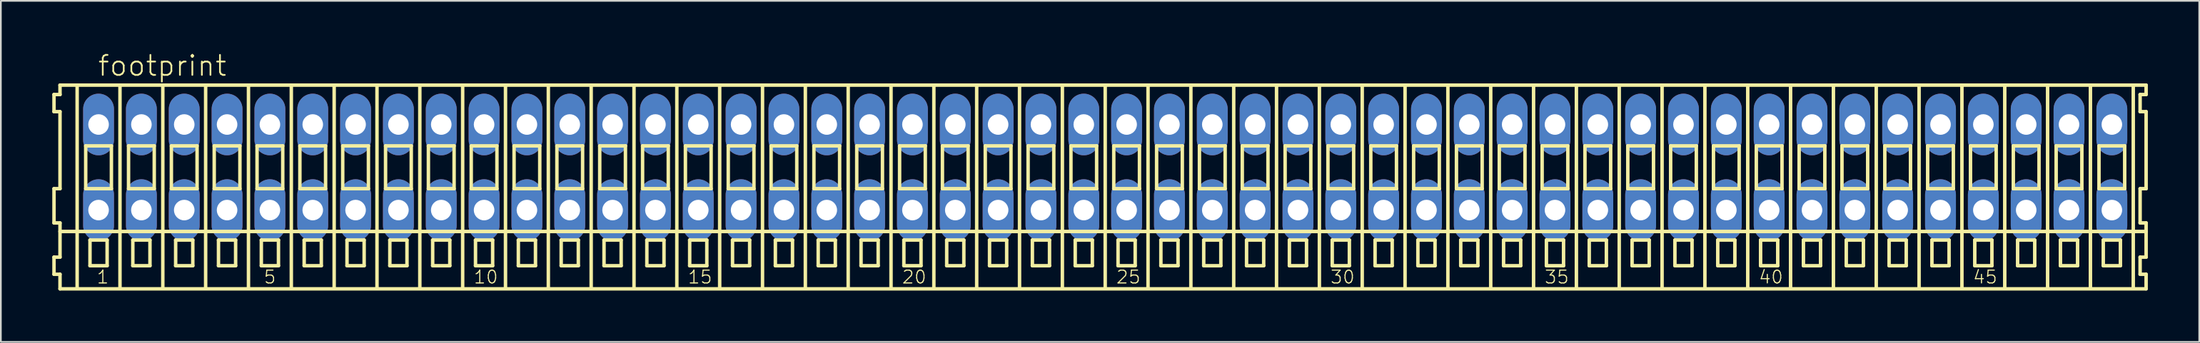
<source format=kicad_pcb>
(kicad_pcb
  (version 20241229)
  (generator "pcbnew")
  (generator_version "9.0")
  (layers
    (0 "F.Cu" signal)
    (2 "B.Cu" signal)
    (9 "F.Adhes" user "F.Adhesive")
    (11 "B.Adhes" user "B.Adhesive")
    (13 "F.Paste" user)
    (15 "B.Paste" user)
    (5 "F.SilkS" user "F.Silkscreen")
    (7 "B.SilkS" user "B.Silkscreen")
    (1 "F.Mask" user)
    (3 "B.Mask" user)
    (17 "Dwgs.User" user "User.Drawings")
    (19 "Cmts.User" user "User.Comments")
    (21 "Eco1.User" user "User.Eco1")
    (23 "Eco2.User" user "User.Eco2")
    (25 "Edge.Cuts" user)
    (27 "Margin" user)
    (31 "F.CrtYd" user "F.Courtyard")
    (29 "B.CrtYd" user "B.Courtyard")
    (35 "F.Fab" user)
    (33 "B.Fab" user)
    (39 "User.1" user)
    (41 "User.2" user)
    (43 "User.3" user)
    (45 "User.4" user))
  (footprint "footprint"
    (layer "F.Cu")
    (at 61.452 6.723)
    (property "Reference" "footprint" (at -58.85 -5.25 0) (layer "F.SilkS") (effects (font (size 1.168 1.168) (thickness 0.102)) (justify left bottom)))
    (fp_line (start -61.35 -4.25) (end -61.35 -3.25) (stroke (width 0.203) (type solid)) (layer "F.SilkS"))
    (fp_line (start -61.35 -3.25) (end -61 -3.25) (stroke (width 0.203) (type solid)) (layer "F.SilkS"))
    (fp_line (start -61.35 1.25) (end -61.35 3.25) (stroke (width 0.203) (type solid)) (layer "F.SilkS"))
    (fp_line (start -61.35 3.25) (end -61 3.25) (stroke (width 0.203) (type solid)) (layer "F.SilkS"))
    (fp_line (start -61.35 5.25) (end -61.35 6.25) (stroke (width 0.203) (type solid)) (layer "F.SilkS"))
    (fp_line (start -61.35 6.25) (end -61 6.25) (stroke (width 0.203) (type solid)) (layer "F.SilkS"))
    (fp_line (start -61 -4.8) (end -61 -4.25) (stroke (width 0.203) (type solid)) (layer "F.SilkS"))
    (fp_line (start -61 -4.25) (end -61.35 -4.25) (stroke (width 0.203) (type solid)) (layer "F.SilkS"))
    (fp_line (start -61 -3.25) (end -61 1.25) (stroke (width 0.203) (type solid)) (layer "F.SilkS"))
    (fp_line (start -61 1.25) (end -61.35 1.25) (stroke (width 0.203) (type solid)) (layer "F.SilkS"))
    (fp_line (start -61 3.25) (end -61 5.25) (stroke (width 0.203) (type solid)) (layer "F.SilkS"))
    (fp_line (start -61 3.75) (end 60.75 3.75) (stroke (width 0.203) (type solid)) (layer "F.SilkS"))
    (fp_line (start -61 5.25) (end -61.35 5.25) (stroke (width 0.203) (type solid)) (layer "F.SilkS"))
    (fp_line (start -61 6.25) (end -61 7.1) (stroke (width 0.203) (type solid)) (layer "F.SilkS"))
    (fp_line (start -61 7.1) (end 60.75 7.1) (stroke (width 0.203) (type solid)) (layer "F.SilkS"))
    (fp_line (start -60 -4.75) (end -60 7) (stroke (width 0.203) (type solid)) (layer "F.SilkS"))
    (fp_line (start -59.5 -1.25) (end -59.5 1.25) (stroke (width 0.203) (type solid)) (layer "F.SilkS"))
    (fp_line (start -59.5 1.25) (end -58 1.25) (stroke (width 0.203) (type solid)) (layer "F.SilkS"))
    (fp_line (start -59.25 4.25) (end -59.25 5.75) (stroke (width 0.203) (type solid)) (layer "F.SilkS"))
    (fp_line (start -59.25 5.75) (end -58.25 5.75) (stroke (width 0.203) (type solid)) (layer "F.SilkS"))
    (fp_line (start -58.25 4.25) (end -59.25 4.25) (stroke (width 0.203) (type solid)) (layer "F.SilkS"))
    (fp_line (start -58.25 5.75) (end -58.25 4.25) (stroke (width 0.203) (type solid)) (layer "F.SilkS"))
    (fp_line (start -58 -1.25) (end -59.5 -1.25) (stroke (width 0.203) (type solid)) (layer "F.SilkS"))
    (fp_line (start -58 1.25) (end -58 -1.25) (stroke (width 0.203) (type solid)) (layer "F.SilkS"))
    (fp_line (start -57.5 -4.75) (end -57.5 7) (stroke (width 0.203) (type solid)) (layer "F.SilkS"))
    (fp_line (start -57 -1.25) (end -57 1.25) (stroke (width 0.203) (type solid)) (layer "F.SilkS"))
    (fp_line (start -57 1.25) (end -55.5 1.25) (stroke (width 0.203) (type solid)) (layer "F.SilkS"))
    (fp_line (start -56.75 4.25) (end -56.75 5.75) (stroke (width 0.203) (type solid)) (layer "F.SilkS"))
    (fp_line (start -56.75 5.75) (end -55.75 5.75) (stroke (width 0.203) (type solid)) (layer "F.SilkS"))
    (fp_line (start -55.75 4.25) (end -56.75 4.25) (stroke (width 0.203) (type solid)) (layer "F.SilkS"))
    (fp_line (start -55.75 5.75) (end -55.75 4.25) (stroke (width 0.203) (type solid)) (layer "F.SilkS"))
    (fp_line (start -55.5 -1.25) (end -57 -1.25) (stroke (width 0.203) (type solid)) (layer "F.SilkS"))
    (fp_line (start -55.5 1.25) (end -55.5 -1.25) (stroke (width 0.203) (type solid)) (layer "F.SilkS"))
    (fp_line (start -55 -4.75) (end -55 7) (stroke (width 0.203) (type solid)) (layer "F.SilkS"))
    (fp_line (start -54.5 -1.25) (end -54.5 1.25) (stroke (width 0.203) (type solid)) (layer "F.SilkS"))
    (fp_line (start -54.5 1.25) (end -53 1.25) (stroke (width 0.203) (type solid)) (layer "F.SilkS"))
    (fp_line (start -54.25 4.25) (end -54.25 5.75) (stroke (width 0.203) (type solid)) (layer "F.SilkS"))
    (fp_line (start -54.25 5.75) (end -53.25 5.75) (stroke (width 0.203) (type solid)) (layer "F.SilkS"))
    (fp_line (start -53.25 4.25) (end -54.25 4.25) (stroke (width 0.203) (type solid)) (layer "F.SilkS"))
    (fp_line (start -53.25 5.75) (end -53.25 4.25) (stroke (width 0.203) (type solid)) (layer "F.SilkS"))
    (fp_line (start -53 -1.25) (end -54.5 -1.25) (stroke (width 0.203) (type solid)) (layer "F.SilkS"))
    (fp_line (start -53 1.25) (end -53 -1.25) (stroke (width 0.203) (type solid)) (layer "F.SilkS"))
    (fp_line (start -52.5 -4.75) (end -52.5 7) (stroke (width 0.203) (type solid)) (layer "F.SilkS"))
    (fp_line (start -52 -1.25) (end -52 1.25) (stroke (width 0.203) (type solid)) (layer "F.SilkS"))
    (fp_line (start -52 1.25) (end -50.5 1.25) (stroke (width 0.203) (type solid)) (layer "F.SilkS"))
    (fp_line (start -51.75 4.25) (end -51.75 5.75) (stroke (width 0.203) (type solid)) (layer "F.SilkS"))
    (fp_line (start -51.75 5.75) (end -50.75 5.75) (stroke (width 0.203) (type solid)) (layer "F.SilkS"))
    (fp_line (start -50.75 4.25) (end -51.75 4.25) (stroke (width 0.203) (type solid)) (layer "F.SilkS"))
    (fp_line (start -50.75 5.75) (end -50.75 4.25) (stroke (width 0.203) (type solid)) (layer "F.SilkS"))
    (fp_line (start -50.5 -1.25) (end -52 -1.25) (stroke (width 0.203) (type solid)) (layer "F.SilkS"))
    (fp_line (start -50.5 1.25) (end -50.5 -1.25) (stroke (width 0.203) (type solid)) (layer "F.SilkS"))
    (fp_line (start -50 -4.75) (end -50 7) (stroke (width 0.203) (type solid)) (layer "F.SilkS"))
    (fp_line (start -49.5 -1.25) (end -49.5 1.25) (stroke (width 0.203) (type solid)) (layer "F.SilkS"))
    (fp_line (start -49.5 1.25) (end -48 1.25) (stroke (width 0.203) (type solid)) (layer "F.SilkS"))
    (fp_line (start -49.25 4.25) (end -49.25 5.75) (stroke (width 0.203) (type solid)) (layer "F.SilkS"))
    (fp_line (start -49.25 5.75) (end -48.25 5.75) (stroke (width 0.203) (type solid)) (layer "F.SilkS"))
    (fp_line (start -48.25 4.25) (end -49.25 4.25) (stroke (width 0.203) (type solid)) (layer "F.SilkS"))
    (fp_line (start -48.25 5.75) (end -48.25 4.25) (stroke (width 0.203) (type solid)) (layer "F.SilkS"))
    (fp_line (start -48 -1.25) (end -49.5 -1.25) (stroke (width 0.203) (type solid)) (layer "F.SilkS"))
    (fp_line (start -48 1.25) (end -48 -1.25) (stroke (width 0.203) (type solid)) (layer "F.SilkS"))
    (fp_line (start -47.5 -4.75) (end -47.5 7) (stroke (width 0.203) (type solid)) (layer "F.SilkS"))
    (fp_line (start -47 -1.25) (end -47 1.25) (stroke (width 0.203) (type solid)) (layer "F.SilkS"))
    (fp_line (start -47 1.25) (end -45.5 1.25) (stroke (width 0.203) (type solid)) (layer "F.SilkS"))
    (fp_line (start -46.75 4.25) (end -46.75 5.75) (stroke (width 0.203) (type solid)) (layer "F.SilkS"))
    (fp_line (start -46.75 5.75) (end -45.75 5.75) (stroke (width 0.203) (type solid)) (layer "F.SilkS"))
    (fp_line (start -45.75 4.25) (end -46.75 4.25) (stroke (width 0.203) (type solid)) (layer "F.SilkS"))
    (fp_line (start -45.75 5.75) (end -45.75 4.25) (stroke (width 0.203) (type solid)) (layer "F.SilkS"))
    (fp_line (start -45.5 -1.25) (end -47 -1.25) (stroke (width 0.203) (type solid)) (layer "F.SilkS"))
    (fp_line (start -45.5 1.25) (end -45.5 -1.25) (stroke (width 0.203) (type solid)) (layer "F.SilkS"))
    (fp_line (start -45 -4.75) (end -45 7) (stroke (width 0.203) (type solid)) (layer "F.SilkS"))
    (fp_line (start -44.5 -1.25) (end -44.5 1.25) (stroke (width 0.203) (type solid)) (layer "F.SilkS"))
    (fp_line (start -44.5 1.25) (end -43 1.25) (stroke (width 0.203) (type solid)) (layer "F.SilkS"))
    (fp_line (start -44.25 4.25) (end -44.25 5.75) (stroke (width 0.203) (type solid)) (layer "F.SilkS"))
    (fp_line (start -44.25 5.75) (end -43.25 5.75) (stroke (width 0.203) (type solid)) (layer "F.SilkS"))
    (fp_line (start -43.25 4.25) (end -44.25 4.25) (stroke (width 0.203) (type solid)) (layer "F.SilkS"))
    (fp_line (start -43.25 5.75) (end -43.25 4.25) (stroke (width 0.203) (type solid)) (layer "F.SilkS"))
    (fp_line (start -43 -1.25) (end -44.5 -1.25) (stroke (width 0.203) (type solid)) (layer "F.SilkS"))
    (fp_line (start -43 1.25) (end -43 -1.25) (stroke (width 0.203) (type solid)) (layer "F.SilkS"))
    (fp_line (start -42.5 -4.75) (end -42.5 7) (stroke (width 0.203) (type solid)) (layer "F.SilkS"))
    (fp_line (start -42 -1.25) (end -42 1.25) (stroke (width 0.203) (type solid)) (layer "F.SilkS"))
    (fp_line (start -42 1.25) (end -40.5 1.25) (stroke (width 0.203) (type solid)) (layer "F.SilkS"))
    (fp_line (start -41.75 4.25) (end -41.75 5.75) (stroke (width 0.203) (type solid)) (layer "F.SilkS"))
    (fp_line (start -41.75 5.75) (end -40.75 5.75) (stroke (width 0.203) (type solid)) (layer "F.SilkS"))
    (fp_line (start -40.75 4.25) (end -41.75 4.25) (stroke (width 0.203) (type solid)) (layer "F.SilkS"))
    (fp_line (start -40.75 5.75) (end -40.75 4.25) (stroke (width 0.203) (type solid)) (layer "F.SilkS"))
    (fp_line (start -40.5 -1.25) (end -42 -1.25) (stroke (width 0.203) (type solid)) (layer "F.SilkS"))
    (fp_line (start -40.5 1.25) (end -40.5 -1.25) (stroke (width 0.203) (type solid)) (layer "F.SilkS"))
    (fp_line (start -40 -4.75) (end -40 7) (stroke (width 0.203) (type solid)) (layer "F.SilkS"))
    (fp_line (start -39.5 -1.25) (end -39.5 1.25) (stroke (width 0.203) (type solid)) (layer "F.SilkS"))
    (fp_line (start -39.5 1.25) (end -38 1.25) (stroke (width 0.203) (type solid)) (layer "F.SilkS"))
    (fp_line (start -39.25 4.25) (end -39.25 5.75) (stroke (width 0.203) (type solid)) (layer "F.SilkS"))
    (fp_line (start -39.25 5.75) (end -38.25 5.75) (stroke (width 0.203) (type solid)) (layer "F.SilkS"))
    (fp_line (start -38.25 4.25) (end -39.25 4.25) (stroke (width 0.203) (type solid)) (layer "F.SilkS"))
    (fp_line (start -38.25 5.75) (end -38.25 4.25) (stroke (width 0.203) (type solid)) (layer "F.SilkS"))
    (fp_line (start -38 -1.25) (end -39.5 -1.25) (stroke (width 0.203) (type solid)) (layer "F.SilkS"))
    (fp_line (start -38 1.25) (end -38 -1.25) (stroke (width 0.203) (type solid)) (layer "F.SilkS"))
    (fp_line (start -37.5 -4.75) (end -37.5 7) (stroke (width 0.203) (type solid)) (layer "F.SilkS"))
    (fp_line (start -37 -1.25) (end -37 1.25) (stroke (width 0.203) (type solid)) (layer "F.SilkS"))
    (fp_line (start -37 1.25) (end -35.5 1.25) (stroke (width 0.203) (type solid)) (layer "F.SilkS"))
    (fp_line (start -36.75 4.25) (end -36.75 5.75) (stroke (width 0.203) (type solid)) (layer "F.SilkS"))
    (fp_line (start -36.75 5.75) (end -35.75 5.75) (stroke (width 0.203) (type solid)) (layer "F.SilkS"))
    (fp_line (start -35.75 4.25) (end -36.75 4.25) (stroke (width 0.203) (type solid)) (layer "F.SilkS"))
    (fp_line (start -35.75 5.75) (end -35.75 4.25) (stroke (width 0.203) (type solid)) (layer "F.SilkS"))
    (fp_line (start -35.5 -1.25) (end -37 -1.25) (stroke (width 0.203) (type solid)) (layer "F.SilkS"))
    (fp_line (start -35.5 1.25) (end -35.5 -1.25) (stroke (width 0.203) (type solid)) (layer "F.SilkS"))
    (fp_line (start -35 -4.75) (end -35 7) (stroke (width 0.203) (type solid)) (layer "F.SilkS"))
    (fp_line (start -34.5 -1.25) (end -34.5 1.25) (stroke (width 0.203) (type solid)) (layer "F.SilkS"))
    (fp_line (start -34.5 1.25) (end -33 1.25) (stroke (width 0.203) (type solid)) (layer "F.SilkS"))
    (fp_line (start -34.25 4.25) (end -34.25 5.75) (stroke (width 0.203) (type solid)) (layer "F.SilkS"))
    (fp_line (start -34.25 5.75) (end -33.25 5.75) (stroke (width 0.203) (type solid)) (layer "F.SilkS"))
    (fp_line (start -33.25 4.25) (end -34.25 4.25) (stroke (width 0.203) (type solid)) (layer "F.SilkS"))
    (fp_line (start -33.25 5.75) (end -33.25 4.25) (stroke (width 0.203) (type solid)) (layer "F.SilkS"))
    (fp_line (start -33 -1.25) (end -34.5 -1.25) (stroke (width 0.203) (type solid)) (layer "F.SilkS"))
    (fp_line (start -33 1.25) (end -33 -1.25) (stroke (width 0.203) (type solid)) (layer "F.SilkS"))
    (fp_line (start -32.5 -4.75) (end -32.5 7) (stroke (width 0.203) (type solid)) (layer "F.SilkS"))
    (fp_line (start -32 -1.25) (end -32 1.25) (stroke (width 0.203) (type solid)) (layer "F.SilkS"))
    (fp_line (start -32 1.25) (end -30.5 1.25) (stroke (width 0.203) (type solid)) (layer "F.SilkS"))
    (fp_line (start -31.75 4.25) (end -31.75 5.75) (stroke (width 0.203) (type solid)) (layer "F.SilkS"))
    (fp_line (start -31.75 5.75) (end -30.75 5.75) (stroke (width 0.203) (type solid)) (layer "F.SilkS"))
    (fp_line (start -30.75 4.25) (end -31.75 4.25) (stroke (width 0.203) (type solid)) (layer "F.SilkS"))
    (fp_line (start -30.75 5.75) (end -30.75 4.25) (stroke (width 0.203) (type solid)) (layer "F.SilkS"))
    (fp_line (start -30.5 -1.25) (end -32 -1.25) (stroke (width 0.203) (type solid)) (layer "F.SilkS"))
    (fp_line (start -30.5 1.25) (end -30.5 -1.25) (stroke (width 0.203) (type solid)) (layer "F.SilkS"))
    (fp_line (start -30 -4.75) (end -30 7) (stroke (width 0.203) (type solid)) (layer "F.SilkS"))
    (fp_line (start -29.5 -1.25) (end -29.5 1.25) (stroke (width 0.203) (type solid)) (layer "F.SilkS"))
    (fp_line (start -29.5 1.25) (end -28 1.25) (stroke (width 0.203) (type solid)) (layer "F.SilkS"))
    (fp_line (start -29.25 4.25) (end -29.25 5.75) (stroke (width 0.203) (type solid)) (layer "F.SilkS"))
    (fp_line (start -29.25 5.75) (end -28.25 5.75) (stroke (width 0.203) (type solid)) (layer "F.SilkS"))
    (fp_line (start -28.25 4.25) (end -29.25 4.25) (stroke (width 0.203) (type solid)) (layer "F.SilkS"))
    (fp_line (start -28.25 5.75) (end -28.25 4.25) (stroke (width 0.203) (type solid)) (layer "F.SilkS"))
    (fp_line (start -28 -1.25) (end -29.5 -1.25) (stroke (width 0.203) (type solid)) (layer "F.SilkS"))
    (fp_line (start -28 1.25) (end -28 -1.25) (stroke (width 0.203) (type solid)) (layer "F.SilkS"))
    (fp_line (start -27.5 -4.75) (end -27.5 7) (stroke (width 0.203) (type solid)) (layer "F.SilkS"))
    (fp_line (start -27 -1.25) (end -27 1.25) (stroke (width 0.203) (type solid)) (layer "F.SilkS"))
    (fp_line (start -27 1.25) (end -25.5 1.25) (stroke (width 0.203) (type solid)) (layer "F.SilkS"))
    (fp_line (start -26.75 4.25) (end -26.75 5.75) (stroke (width 0.203) (type solid)) (layer "F.SilkS"))
    (fp_line (start -26.75 5.75) (end -25.75 5.75) (stroke (width 0.203) (type solid)) (layer "F.SilkS"))
    (fp_line (start -25.75 4.25) (end -26.75 4.25) (stroke (width 0.203) (type solid)) (layer "F.SilkS"))
    (fp_line (start -25.75 5.75) (end -25.75 4.25) (stroke (width 0.203) (type solid)) (layer "F.SilkS"))
    (fp_line (start -25.5 -1.25) (end -27 -1.25) (stroke (width 0.203) (type solid)) (layer "F.SilkS"))
    (fp_line (start -25.5 1.25) (end -25.5 -1.25) (stroke (width 0.203) (type solid)) (layer "F.SilkS"))
    (fp_line (start -25 -4.75) (end -25 7) (stroke (width 0.203) (type solid)) (layer "F.SilkS"))
    (fp_line (start -24.5 -1.25) (end -24.5 1.25) (stroke (width 0.203) (type solid)) (layer "F.SilkS"))
    (fp_line (start -24.5 1.25) (end -23 1.25) (stroke (width 0.203) (type solid)) (layer "F.SilkS"))
    (fp_line (start -24.25 4.25) (end -24.25 5.75) (stroke (width 0.203) (type solid)) (layer "F.SilkS"))
    (fp_line (start -24.25 5.75) (end -23.25 5.75) (stroke (width 0.203) (type solid)) (layer "F.SilkS"))
    (fp_line (start -23.25 4.25) (end -24.25 4.25) (stroke (width 0.203) (type solid)) (layer "F.SilkS"))
    (fp_line (start -23.25 5.75) (end -23.25 4.25) (stroke (width 0.203) (type solid)) (layer "F.SilkS"))
    (fp_line (start -23 -1.25) (end -24.5 -1.25) (stroke (width 0.203) (type solid)) (layer "F.SilkS"))
    (fp_line (start -23 1.25) (end -23 -1.25) (stroke (width 0.203) (type solid)) (layer "F.SilkS"))
    (fp_line (start -22.5 -4.75) (end -22.5 7) (stroke (width 0.203) (type solid)) (layer "F.SilkS"))
    (fp_line (start -22 -1.25) (end -22 1.25) (stroke (width 0.203) (type solid)) (layer "F.SilkS"))
    (fp_line (start -22 1.25) (end -20.5 1.25) (stroke (width 0.203) (type solid)) (layer "F.SilkS"))
    (fp_line (start -21.75 4.25) (end -21.75 5.75) (stroke (width 0.203) (type solid)) (layer "F.SilkS"))
    (fp_line (start -21.75 5.75) (end -20.75 5.75) (stroke (width 0.203) (type solid)) (layer "F.SilkS"))
    (fp_line (start -20.75 4.25) (end -21.75 4.25) (stroke (width 0.203) (type solid)) (layer "F.SilkS"))
    (fp_line (start -20.75 5.75) (end -20.75 4.25) (stroke (width 0.203) (type solid)) (layer "F.SilkS"))
    (fp_line (start -20.5 -1.25) (end -22 -1.25) (stroke (width 0.203) (type solid)) (layer "F.SilkS"))
    (fp_line (start -20.5 1.25) (end -20.5 -1.25) (stroke (width 0.203) (type solid)) (layer "F.SilkS"))
    (fp_line (start -20 -4.75) (end -20 7) (stroke (width 0.203) (type solid)) (layer "F.SilkS"))
    (fp_line (start -19.5 -1.25) (end -19.5 1.25) (stroke (width 0.203) (type solid)) (layer "F.SilkS"))
    (fp_line (start -19.5 1.25) (end -18 1.25) (stroke (width 0.203) (type solid)) (layer "F.SilkS"))
    (fp_line (start -19.25 4.25) (end -19.25 5.75) (stroke (width 0.203) (type solid)) (layer "F.SilkS"))
    (fp_line (start -19.25 5.75) (end -18.25 5.75) (stroke (width 0.203) (type solid)) (layer "F.SilkS"))
    (fp_line (start -18.25 4.25) (end -19.25 4.25) (stroke (width 0.203) (type solid)) (layer "F.SilkS"))
    (fp_line (start -18.25 5.75) (end -18.25 4.25) (stroke (width 0.203) (type solid)) (layer "F.SilkS"))
    (fp_line (start -18 -1.25) (end -19.5 -1.25) (stroke (width 0.203) (type solid)) (layer "F.SilkS"))
    (fp_line (start -18 1.25) (end -18 -1.25) (stroke (width 0.203) (type solid)) (layer "F.SilkS"))
    (fp_line (start -17.5 -4.75) (end -17.5 7) (stroke (width 0.203) (type solid)) (layer "F.SilkS"))
    (fp_line (start -17 -1.25) (end -17 1.25) (stroke (width 0.203) (type solid)) (layer "F.SilkS"))
    (fp_line (start -17 1.25) (end -15.5 1.25) (stroke (width 0.203) (type solid)) (layer "F.SilkS"))
    (fp_line (start -16.75 4.25) (end -16.75 5.75) (stroke (width 0.203) (type solid)) (layer "F.SilkS"))
    (fp_line (start -16.75 5.75) (end -15.75 5.75) (stroke (width 0.203) (type solid)) (layer "F.SilkS"))
    (fp_line (start -15.75 4.25) (end -16.75 4.25) (stroke (width 0.203) (type solid)) (layer "F.SilkS"))
    (fp_line (start -15.75 5.75) (end -15.75 4.25) (stroke (width 0.203) (type solid)) (layer "F.SilkS"))
    (fp_line (start -15.5 -1.25) (end -17 -1.25) (stroke (width 0.203) (type solid)) (layer "F.SilkS"))
    (fp_line (start -15.5 1.25) (end -15.5 -1.25) (stroke (width 0.203) (type solid)) (layer "F.SilkS"))
    (fp_line (start -15 -4.75) (end -15 7) (stroke (width 0.203) (type solid)) (layer "F.SilkS"))
    (fp_line (start -14.5 -1.25) (end -14.5 1.25) (stroke (width 0.203) (type solid)) (layer "F.SilkS"))
    (fp_line (start -14.5 1.25) (end -13 1.25) (stroke (width 0.203) (type solid)) (layer "F.SilkS"))
    (fp_line (start -14.25 4.25) (end -14.25 5.75) (stroke (width 0.203) (type solid)) (layer "F.SilkS"))
    (fp_line (start -14.25 5.75) (end -13.25 5.75) (stroke (width 0.203) (type solid)) (layer "F.SilkS"))
    (fp_line (start -13.25 4.25) (end -14.25 4.25) (stroke (width 0.203) (type solid)) (layer "F.SilkS"))
    (fp_line (start -13.25 5.75) (end -13.25 4.25) (stroke (width 0.203) (type solid)) (layer "F.SilkS"))
    (fp_line (start -13 -1.25) (end -14.5 -1.25) (stroke (width 0.203) (type solid)) (layer "F.SilkS"))
    (fp_line (start -13 1.25) (end -13 -1.25) (stroke (width 0.203) (type solid)) (layer "F.SilkS"))
    (fp_line (start -12.5 -4.75) (end -12.5 7) (stroke (width 0.203) (type solid)) (layer "F.SilkS"))
    (fp_line (start -12 -1.25) (end -12 1.25) (stroke (width 0.203) (type solid)) (layer "F.SilkS"))
    (fp_line (start -12 1.25) (end -10.5 1.25) (stroke (width 0.203) (type solid)) (layer "F.SilkS"))
    (fp_line (start -11.75 4.25) (end -11.75 5.75) (stroke (width 0.203) (type solid)) (layer "F.SilkS"))
    (fp_line (start -11.75 5.75) (end -10.75 5.75) (stroke (width 0.203) (type solid)) (layer "F.SilkS"))
    (fp_line (start -10.75 4.25) (end -11.75 4.25) (stroke (width 0.203) (type solid)) (layer "F.SilkS"))
    (fp_line (start -10.75 5.75) (end -10.75 4.25) (stroke (width 0.203) (type solid)) (layer "F.SilkS"))
    (fp_line (start -10.5 -1.25) (end -12 -1.25) (stroke (width 0.203) (type solid)) (layer "F.SilkS"))
    (fp_line (start -10.5 1.25) (end -10.5 -1.25) (stroke (width 0.203) (type solid)) (layer "F.SilkS"))
    (fp_line (start -10 -4.75) (end -10 7) (stroke (width 0.203) (type solid)) (layer "F.SilkS"))
    (fp_line (start -9.5 -1.25) (end -9.5 1.25) (stroke (width 0.203) (type solid)) (layer "F.SilkS"))
    (fp_line (start -9.5 1.25) (end -8 1.25) (stroke (width 0.203) (type solid)) (layer "F.SilkS"))
    (fp_line (start -9.25 4.25) (end -9.25 5.75) (stroke (width 0.203) (type solid)) (layer "F.SilkS"))
    (fp_line (start -9.25 5.75) (end -8.25 5.75) (stroke (width 0.203) (type solid)) (layer "F.SilkS"))
    (fp_line (start -8.25 4.25) (end -9.25 4.25) (stroke (width 0.203) (type solid)) (layer "F.SilkS"))
    (fp_line (start -8.25 5.75) (end -8.25 4.25) (stroke (width 0.203) (type solid)) (layer "F.SilkS"))
    (fp_line (start -8 -1.25) (end -9.5 -1.25) (stroke (width 0.203) (type solid)) (layer "F.SilkS"))
    (fp_line (start -8 1.25) (end -8 -1.25) (stroke (width 0.203) (type solid)) (layer "F.SilkS"))
    (fp_line (start -7.5 -4.75) (end -7.5 7) (stroke (width 0.203) (type solid)) (layer "F.SilkS"))
    (fp_line (start -7 -1.25) (end -7 1.25) (stroke (width 0.203) (type solid)) (layer "F.SilkS"))
    (fp_line (start -7 1.25) (end -5.5 1.25) (stroke (width 0.203) (type solid)) (layer "F.SilkS"))
    (fp_line (start -6.75 4.25) (end -6.75 5.75) (stroke (width 0.203) (type solid)) (layer "F.SilkS"))
    (fp_line (start -6.75 5.75) (end -5.75 5.75) (stroke (width 0.203) (type solid)) (layer "F.SilkS"))
    (fp_line (start -5.75 4.25) (end -6.75 4.25) (stroke (width 0.203) (type solid)) (layer "F.SilkS"))
    (fp_line (start -5.75 5.75) (end -5.75 4.25) (stroke (width 0.203) (type solid)) (layer "F.SilkS"))
    (fp_line (start -5.5 -1.25) (end -7 -1.25) (stroke (width 0.203) (type solid)) (layer "F.SilkS"))
    (fp_line (start -5.5 1.25) (end -5.5 -1.25) (stroke (width 0.203) (type solid)) (layer "F.SilkS"))
    (fp_line (start -5 -4.75) (end -5 7) (stroke (width 0.203) (type solid)) (layer "F.SilkS"))
    (fp_line (start -4.5 -1.25) (end -4.5 1.25) (stroke (width 0.203) (type solid)) (layer "F.SilkS"))
    (fp_line (start -4.5 1.25) (end -3 1.25) (stroke (width 0.203) (type solid)) (layer "F.SilkS"))
    (fp_line (start -4.25 4.25) (end -4.25 5.75) (stroke (width 0.203) (type solid)) (layer "F.SilkS"))
    (fp_line (start -4.25 5.75) (end -3.25 5.75) (stroke (width 0.203) (type solid)) (layer "F.SilkS"))
    (fp_line (start -3.25 4.25) (end -4.25 4.25) (stroke (width 0.203) (type solid)) (layer "F.SilkS"))
    (fp_line (start -3.25 5.75) (end -3.25 4.25) (stroke (width 0.203) (type solid)) (layer "F.SilkS"))
    (fp_line (start -3 -1.25) (end -4.5 -1.25) (stroke (width 0.203) (type solid)) (layer "F.SilkS"))
    (fp_line (start -3 1.25) (end -3 -1.25) (stroke (width 0.203) (type solid)) (layer "F.SilkS"))
    (fp_line (start -2.5 -4.75) (end -2.5 7) (stroke (width 0.203) (type solid)) (layer "F.SilkS"))
    (fp_line (start -2 -1.25) (end -2 1.25) (stroke (width 0.203) (type solid)) (layer "F.SilkS"))
    (fp_line (start -2 1.25) (end -0.5 1.25) (stroke (width 0.203) (type solid)) (layer "F.SilkS"))
    (fp_line (start -1.75 4.25) (end -1.75 5.75) (stroke (width 0.203) (type solid)) (layer "F.SilkS"))
    (fp_line (start -1.75 5.75) (end -0.75 5.75) (stroke (width 0.203) (type solid)) (layer "F.SilkS"))
    (fp_line (start -0.75 4.25) (end -1.75 4.25) (stroke (width 0.203) (type solid)) (layer "F.SilkS"))
    (fp_line (start -0.75 5.75) (end -0.75 4.25) (stroke (width 0.203) (type solid)) (layer "F.SilkS"))
    (fp_line (start -0.5 -1.25) (end -2 -1.25) (stroke (width 0.203) (type solid)) (layer "F.SilkS"))
    (fp_line (start -0.5 1.25) (end -0.5 -1.25) (stroke (width 0.203) (type solid)) (layer "F.SilkS"))
    (fp_line (start 0 -4.75) (end 0 7) (stroke (width 0.203) (type solid)) (layer "F.SilkS"))
    (fp_line (start 0.5 -1.25) (end 0.5 1.25) (stroke (width 0.203) (type solid)) (layer "F.SilkS"))
    (fp_line (start 0.5 1.25) (end 2 1.25) (stroke (width 0.203) (type solid)) (layer "F.SilkS"))
    (fp_line (start 0.75 4.25) (end 0.75 5.75) (stroke (width 0.203) (type solid)) (layer "F.SilkS"))
    (fp_line (start 0.75 5.75) (end 1.75 5.75) (stroke (width 0.203) (type solid)) (layer "F.SilkS"))
    (fp_line (start 1.75 4.25) (end 0.75 4.25) (stroke (width 0.203) (type solid)) (layer "F.SilkS"))
    (fp_line (start 1.75 5.75) (end 1.75 4.25) (stroke (width 0.203) (type solid)) (layer "F.SilkS"))
    (fp_line (start 2 -1.25) (end 0.5 -1.25) (stroke (width 0.203) (type solid)) (layer "F.SilkS"))
    (fp_line (start 2 1.25) (end 2 -1.25) (stroke (width 0.203) (type solid)) (layer "F.SilkS"))
    (fp_line (start 2.5 -4.75) (end 2.5 7) (stroke (width 0.203) (type solid)) (layer "F.SilkS"))
    (fp_line (start 3 -1.25) (end 3 1.25) (stroke (width 0.203) (type solid)) (layer "F.SilkS"))
    (fp_line (start 3 1.25) (end 4.5 1.25) (stroke (width 0.203) (type solid)) (layer "F.SilkS"))
    (fp_line (start 3.25 4.25) (end 3.25 5.75) (stroke (width 0.203) (type solid)) (layer "F.SilkS"))
    (fp_line (start 3.25 5.75) (end 4.25 5.75) (stroke (width 0.203) (type solid)) (layer "F.SilkS"))
    (fp_line (start 4.25 4.25) (end 3.25 4.25) (stroke (width 0.203) (type solid)) (layer "F.SilkS"))
    (fp_line (start 4.25 5.75) (end 4.25 4.25) (stroke (width 0.203) (type solid)) (layer "F.SilkS"))
    (fp_line (start 4.5 -1.25) (end 3 -1.25) (stroke (width 0.203) (type solid)) (layer "F.SilkS"))
    (fp_line (start 4.5 1.25) (end 4.5 -1.25) (stroke (width 0.203) (type solid)) (layer "F.SilkS"))
    (fp_line (start 5 -4.75) (end 5 7) (stroke (width 0.203) (type solid)) (layer "F.SilkS"))
    (fp_line (start 5.5 -1.25) (end 5.5 1.25) (stroke (width 0.203) (type solid)) (layer "F.SilkS"))
    (fp_line (start 5.5 1.25) (end 7 1.25) (stroke (width 0.203) (type solid)) (layer "F.SilkS"))
    (fp_line (start 5.75 4.25) (end 5.75 5.75) (stroke (width 0.203) (type solid)) (layer "F.SilkS"))
    (fp_line (start 5.75 5.75) (end 6.75 5.75) (stroke (width 0.203) (type solid)) (layer "F.SilkS"))
    (fp_line (start 6.75 4.25) (end 5.75 4.25) (stroke (width 0.203) (type solid)) (layer "F.SilkS"))
    (fp_line (start 6.75 5.75) (end 6.75 4.25) (stroke (width 0.203) (type solid)) (layer "F.SilkS"))
    (fp_line (start 7 -1.25) (end 5.5 -1.25) (stroke (width 0.203) (type solid)) (layer "F.SilkS"))
    (fp_line (start 7 1.25) (end 7 -1.25) (stroke (width 0.203) (type solid)) (layer "F.SilkS"))
    (fp_line (start 7.5 -4.75) (end 7.5 7) (stroke (width 0.203) (type solid)) (layer "F.SilkS"))
    (fp_line (start 8 -1.25) (end 8 1.25) (stroke (width 0.203) (type solid)) (layer "F.SilkS"))
    (fp_line (start 8 1.25) (end 9.5 1.25) (stroke (width 0.203) (type solid)) (layer "F.SilkS"))
    (fp_line (start 8.25 4.25) (end 8.25 5.75) (stroke (width 0.203) (type solid)) (layer "F.SilkS"))
    (fp_line (start 8.25 5.75) (end 9.25 5.75) (stroke (width 0.203) (type solid)) (layer "F.SilkS"))
    (fp_line (start 9.25 4.25) (end 8.25 4.25) (stroke (width 0.203) (type solid)) (layer "F.SilkS"))
    (fp_line (start 9.25 5.75) (end 9.25 4.25) (stroke (width 0.203) (type solid)) (layer "F.SilkS"))
    (fp_line (start 9.5 -1.25) (end 8 -1.25) (stroke (width 0.203) (type solid)) (layer "F.SilkS"))
    (fp_line (start 9.5 1.25) (end 9.5 -1.25) (stroke (width 0.203) (type solid)) (layer "F.SilkS"))
    (fp_line (start 10 -4.75) (end 10 7) (stroke (width 0.203) (type solid)) (layer "F.SilkS"))
    (fp_line (start 10.5 -1.25) (end 10.5 1.25) (stroke (width 0.203) (type solid)) (layer "F.SilkS"))
    (fp_line (start 10.5 1.25) (end 12 1.25) (stroke (width 0.203) (type solid)) (layer "F.SilkS"))
    (fp_line (start 10.75 4.25) (end 10.75 5.75) (stroke (width 0.203) (type solid)) (layer "F.SilkS"))
    (fp_line (start 10.75 5.75) (end 11.75 5.75) (stroke (width 0.203) (type solid)) (layer "F.SilkS"))
    (fp_line (start 11.75 4.25) (end 10.75 4.25) (stroke (width 0.203) (type solid)) (layer "F.SilkS"))
    (fp_line (start 11.75 5.75) (end 11.75 4.25) (stroke (width 0.203) (type solid)) (layer "F.SilkS"))
    (fp_line (start 12 -1.25) (end 10.5 -1.25) (stroke (width 0.203) (type solid)) (layer "F.SilkS"))
    (fp_line (start 12 1.25) (end 12 -1.25) (stroke (width 0.203) (type solid)) (layer "F.SilkS"))
    (fp_line (start 12.5 -4.75) (end 12.5 7) (stroke (width 0.203) (type solid)) (layer "F.SilkS"))
    (fp_line (start 13 -1.25) (end 13 1.25) (stroke (width 0.203) (type solid)) (layer "F.SilkS"))
    (fp_line (start 13 1.25) (end 14.5 1.25) (stroke (width 0.203) (type solid)) (layer "F.SilkS"))
    (fp_line (start 13.25 4.25) (end 13.25 5.75) (stroke (width 0.203) (type solid)) (layer "F.SilkS"))
    (fp_line (start 13.25 5.75) (end 14.25 5.75) (stroke (width 0.203) (type solid)) (layer "F.SilkS"))
    (fp_line (start 14.25 4.25) (end 13.25 4.25) (stroke (width 0.203) (type solid)) (layer "F.SilkS"))
    (fp_line (start 14.25 5.75) (end 14.25 4.25) (stroke (width 0.203) (type solid)) (layer "F.SilkS"))
    (fp_line (start 14.5 -1.25) (end 13 -1.25) (stroke (width 0.203) (type solid)) (layer "F.SilkS"))
    (fp_line (start 14.5 1.25) (end 14.5 -1.25) (stroke (width 0.203) (type solid)) (layer "F.SilkS"))
    (fp_line (start 15 -4.75) (end 15 7) (stroke (width 0.203) (type solid)) (layer "F.SilkS"))
    (fp_line (start 15.5 -1.25) (end 15.5 1.25) (stroke (width 0.203) (type solid)) (layer "F.SilkS"))
    (fp_line (start 15.5 1.25) (end 17 1.25) (stroke (width 0.203) (type solid)) (layer "F.SilkS"))
    (fp_line (start 15.75 4.25) (end 15.75 5.75) (stroke (width 0.203) (type solid)) (layer "F.SilkS"))
    (fp_line (start 15.75 5.75) (end 16.75 5.75) (stroke (width 0.203) (type solid)) (layer "F.SilkS"))
    (fp_line (start 16.75 4.25) (end 15.75 4.25) (stroke (width 0.203) (type solid)) (layer "F.SilkS"))
    (fp_line (start 16.75 5.75) (end 16.75 4.25) (stroke (width 0.203) (type solid)) (layer "F.SilkS"))
    (fp_line (start 17 -1.25) (end 15.5 -1.25) (stroke (width 0.203) (type solid)) (layer "F.SilkS"))
    (fp_line (start 17 1.25) (end 17 -1.25) (stroke (width 0.203) (type solid)) (layer "F.SilkS"))
    (fp_line (start 17.5 -4.75) (end 17.5 7) (stroke (width 0.203) (type solid)) (layer "F.SilkS"))
    (fp_line (start 18 -1.25) (end 18 1.25) (stroke (width 0.203) (type solid)) (layer "F.SilkS"))
    (fp_line (start 18 1.25) (end 19.5 1.25) (stroke (width 0.203) (type solid)) (layer "F.SilkS"))
    (fp_line (start 18.25 4.25) (end 18.25 5.75) (stroke (width 0.203) (type solid)) (layer "F.SilkS"))
    (fp_line (start 18.25 5.75) (end 19.25 5.75) (stroke (width 0.203) (type solid)) (layer "F.SilkS"))
    (fp_line (start 19.25 4.25) (end 18.25 4.25) (stroke (width 0.203) (type solid)) (layer "F.SilkS"))
    (fp_line (start 19.25 5.75) (end 19.25 4.25) (stroke (width 0.203) (type solid)) (layer "F.SilkS"))
    (fp_line (start 19.5 -1.25) (end 18 -1.25) (stroke (width 0.203) (type solid)) (layer "F.SilkS"))
    (fp_line (start 19.5 1.25) (end 19.5 -1.25) (stroke (width 0.203) (type solid)) (layer "F.SilkS"))
    (fp_line (start 20 -4.75) (end 20 7) (stroke (width 0.203) (type solid)) (layer "F.SilkS"))
    (fp_line (start 20.5 -1.25) (end 20.5 1.25) (stroke (width 0.203) (type solid)) (layer "F.SilkS"))
    (fp_line (start 20.5 1.25) (end 22 1.25) (stroke (width 0.203) (type solid)) (layer "F.SilkS"))
    (fp_line (start 20.75 4.25) (end 20.75 5.75) (stroke (width 0.203) (type solid)) (layer "F.SilkS"))
    (fp_line (start 20.75 5.75) (end 21.75 5.75) (stroke (width 0.203) (type solid)) (layer "F.SilkS"))
    (fp_line (start 21.75 4.25) (end 20.75 4.25) (stroke (width 0.203) (type solid)) (layer "F.SilkS"))
    (fp_line (start 21.75 5.75) (end 21.75 4.25) (stroke (width 0.203) (type solid)) (layer "F.SilkS"))
    (fp_line (start 22 -1.25) (end 20.5 -1.25) (stroke (width 0.203) (type solid)) (layer "F.SilkS"))
    (fp_line (start 22 1.25) (end 22 -1.25) (stroke (width 0.203) (type solid)) (layer "F.SilkS"))
    (fp_line (start 22.5 -4.75) (end 22.5 7) (stroke (width 0.203) (type solid)) (layer "F.SilkS"))
    (fp_line (start 23 -1.25) (end 23 1.25) (stroke (width 0.203) (type solid)) (layer "F.SilkS"))
    (fp_line (start 23 1.25) (end 24.5 1.25) (stroke (width 0.203) (type solid)) (layer "F.SilkS"))
    (fp_line (start 23.25 4.25) (end 23.25 5.75) (stroke (width 0.203) (type solid)) (layer "F.SilkS"))
    (fp_line (start 23.25 5.75) (end 24.25 5.75) (stroke (width 0.203) (type solid)) (layer "F.SilkS"))
    (fp_line (start 24.25 4.25) (end 23.25 4.25) (stroke (width 0.203) (type solid)) (layer "F.SilkS"))
    (fp_line (start 24.25 5.75) (end 24.25 4.25) (stroke (width 0.203) (type solid)) (layer "F.SilkS"))
    (fp_line (start 24.5 -1.25) (end 23 -1.25) (stroke (width 0.203) (type solid)) (layer "F.SilkS"))
    (fp_line (start 24.5 1.25) (end 24.5 -1.25) (stroke (width 0.203) (type solid)) (layer "F.SilkS"))
    (fp_line (start 25 -4.75) (end 25 7) (stroke (width 0.203) (type solid)) (layer "F.SilkS"))
    (fp_line (start 25.5 -1.25) (end 25.5 1.25) (stroke (width 0.203) (type solid)) (layer "F.SilkS"))
    (fp_line (start 25.5 1.25) (end 27 1.25) (stroke (width 0.203) (type solid)) (layer "F.SilkS"))
    (fp_line (start 25.75 4.25) (end 25.75 5.75) (stroke (width 0.203) (type solid)) (layer "F.SilkS"))
    (fp_line (start 25.75 5.75) (end 26.75 5.75) (stroke (width 0.203) (type solid)) (layer "F.SilkS"))
    (fp_line (start 26.75 4.25) (end 25.75 4.25) (stroke (width 0.203) (type solid)) (layer "F.SilkS"))
    (fp_line (start 26.75 5.75) (end 26.75 4.25) (stroke (width 0.203) (type solid)) (layer "F.SilkS"))
    (fp_line (start 27 -1.25) (end 25.5 -1.25) (stroke (width 0.203) (type solid)) (layer "F.SilkS"))
    (fp_line (start 27 1.25) (end 27 -1.25) (stroke (width 0.203) (type solid)) (layer "F.SilkS"))
    (fp_line (start 27.5 -4.75) (end 27.5 7) (stroke (width 0.203) (type solid)) (layer "F.SilkS"))
    (fp_line (start 28 -1.25) (end 28 1.25) (stroke (width 0.203) (type solid)) (layer "F.SilkS"))
    (fp_line (start 28 1.25) (end 29.5 1.25) (stroke (width 0.203) (type solid)) (layer "F.SilkS"))
    (fp_line (start 28.25 4.25) (end 28.25 5.75) (stroke (width 0.203) (type solid)) (layer "F.SilkS"))
    (fp_line (start 28.25 5.75) (end 29.25 5.75) (stroke (width 0.203) (type solid)) (layer "F.SilkS"))
    (fp_line (start 29.25 4.25) (end 28.25 4.25) (stroke (width 0.203) (type solid)) (layer "F.SilkS"))
    (fp_line (start 29.25 5.75) (end 29.25 4.25) (stroke (width 0.203) (type solid)) (layer "F.SilkS"))
    (fp_line (start 29.5 -1.25) (end 28 -1.25) (stroke (width 0.203) (type solid)) (layer "F.SilkS"))
    (fp_line (start 29.5 1.25) (end 29.5 -1.25) (stroke (width 0.203) (type solid)) (layer "F.SilkS"))
    (fp_line (start 30 -4.75) (end 30 7) (stroke (width 0.203) (type solid)) (layer "F.SilkS"))
    (fp_line (start 30.5 -1.25) (end 30.5 1.25) (stroke (width 0.203) (type solid)) (layer "F.SilkS"))
    (fp_line (start 30.5 1.25) (end 32 1.25) (stroke (width 0.203) (type solid)) (layer "F.SilkS"))
    (fp_line (start 30.75 4.25) (end 30.75 5.75) (stroke (width 0.203) (type solid)) (layer "F.SilkS"))
    (fp_line (start 30.75 5.75) (end 31.75 5.75) (stroke (width 0.203) (type solid)) (layer "F.SilkS"))
    (fp_line (start 31.75 4.25) (end 30.75 4.25) (stroke (width 0.203) (type solid)) (layer "F.SilkS"))
    (fp_line (start 31.75 5.75) (end 31.75 4.25) (stroke (width 0.203) (type solid)) (layer "F.SilkS"))
    (fp_line (start 32 -1.25) (end 30.5 -1.25) (stroke (width 0.203) (type solid)) (layer "F.SilkS"))
    (fp_line (start 32 1.25) (end 32 -1.25) (stroke (width 0.203) (type solid)) (layer "F.SilkS"))
    (fp_line (start 32.5 -4.75) (end 32.5 7) (stroke (width 0.203) (type solid)) (layer "F.SilkS"))
    (fp_line (start 33 -1.25) (end 33 1.25) (stroke (width 0.203) (type solid)) (layer "F.SilkS"))
    (fp_line (start 33 1.25) (end 34.5 1.25) (stroke (width 0.203) (type solid)) (layer "F.SilkS"))
    (fp_line (start 33.25 4.25) (end 33.25 5.75) (stroke (width 0.203) (type solid)) (layer "F.SilkS"))
    (fp_line (start 33.25 5.75) (end 34.25 5.75) (stroke (width 0.203) (type solid)) (layer "F.SilkS"))
    (fp_line (start 34.25 4.25) (end 33.25 4.25) (stroke (width 0.203) (type solid)) (layer "F.SilkS"))
    (fp_line (start 34.25 5.75) (end 34.25 4.25) (stroke (width 0.203) (type solid)) (layer "F.SilkS"))
    (fp_line (start 34.5 -1.25) (end 33 -1.25) (stroke (width 0.203) (type solid)) (layer "F.SilkS"))
    (fp_line (start 34.5 1.25) (end 34.5 -1.25) (stroke (width 0.203) (type solid)) (layer "F.SilkS"))
    (fp_line (start 35 -4.75) (end 35 7) (stroke (width 0.203) (type solid)) (layer "F.SilkS"))
    (fp_line (start 35.5 -1.25) (end 35.5 1.25) (stroke (width 0.203) (type solid)) (layer "F.SilkS"))
    (fp_line (start 35.5 1.25) (end 37 1.25) (stroke (width 0.203) (type solid)) (layer "F.SilkS"))
    (fp_line (start 35.75 4.25) (end 35.75 5.75) (stroke (width 0.203) (type solid)) (layer "F.SilkS"))
    (fp_line (start 35.75 5.75) (end 36.75 5.75) (stroke (width 0.203) (type solid)) (layer "F.SilkS"))
    (fp_line (start 36.75 4.25) (end 35.75 4.25) (stroke (width 0.203) (type solid)) (layer "F.SilkS"))
    (fp_line (start 36.75 5.75) (end 36.75 4.25) (stroke (width 0.203) (type solid)) (layer "F.SilkS"))
    (fp_line (start 37 -1.25) (end 35.5 -1.25) (stroke (width 0.203) (type solid)) (layer "F.SilkS"))
    (fp_line (start 37 1.25) (end 37 -1.25) (stroke (width 0.203) (type solid)) (layer "F.SilkS"))
    (fp_line (start 37.5 -4.75) (end 37.5 7) (stroke (width 0.203) (type solid)) (layer "F.SilkS"))
    (fp_line (start 38 -1.25) (end 38 1.25) (stroke (width 0.203) (type solid)) (layer "F.SilkS"))
    (fp_line (start 38 1.25) (end 39.5 1.25) (stroke (width 0.203) (type solid)) (layer "F.SilkS"))
    (fp_line (start 38.25 4.25) (end 38.25 5.75) (stroke (width 0.203) (type solid)) (layer "F.SilkS"))
    (fp_line (start 38.25 5.75) (end 39.25 5.75) (stroke (width 0.203) (type solid)) (layer "F.SilkS"))
    (fp_line (start 39.25 4.25) (end 38.25 4.25) (stroke (width 0.203) (type solid)) (layer "F.SilkS"))
    (fp_line (start 39.25 5.75) (end 39.25 4.25) (stroke (width 0.203) (type solid)) (layer "F.SilkS"))
    (fp_line (start 39.5 -1.25) (end 38 -1.25) (stroke (width 0.203) (type solid)) (layer "F.SilkS"))
    (fp_line (start 39.5 1.25) (end 39.5 -1.25) (stroke (width 0.203) (type solid)) (layer "F.SilkS"))
    (fp_line (start 40 -4.75) (end 40 7) (stroke (width 0.203) (type solid)) (layer "F.SilkS"))
    (fp_line (start 40.5 -1.25) (end 40.5 1.25) (stroke (width 0.203) (type solid)) (layer "F.SilkS"))
    (fp_line (start 40.5 1.25) (end 42 1.25) (stroke (width 0.203) (type solid)) (layer "F.SilkS"))
    (fp_line (start 40.75 4.25) (end 40.75 5.75) (stroke (width 0.203) (type solid)) (layer "F.SilkS"))
    (fp_line (start 40.75 5.75) (end 41.75 5.75) (stroke (width 0.203) (type solid)) (layer "F.SilkS"))
    (fp_line (start 41.75 4.25) (end 40.75 4.25) (stroke (width 0.203) (type solid)) (layer "F.SilkS"))
    (fp_line (start 41.75 5.75) (end 41.75 4.25) (stroke (width 0.203) (type solid)) (layer "F.SilkS"))
    (fp_line (start 42 -1.25) (end 40.5 -1.25) (stroke (width 0.203) (type solid)) (layer "F.SilkS"))
    (fp_line (start 42 1.25) (end 42 -1.25) (stroke (width 0.203) (type solid)) (layer "F.SilkS"))
    (fp_line (start 42.5 -4.75) (end 42.5 7) (stroke (width 0.203) (type solid)) (layer "F.SilkS"))
    (fp_line (start 43 -1.25) (end 43 1.25) (stroke (width 0.203) (type solid)) (layer "F.SilkS"))
    (fp_line (start 43 1.25) (end 44.5 1.25) (stroke (width 0.203) (type solid)) (layer "F.SilkS"))
    (fp_line (start 43.25 4.25) (end 43.25 5.75) (stroke (width 0.203) (type solid)) (layer "F.SilkS"))
    (fp_line (start 43.25 5.75) (end 44.25 5.75) (stroke (width 0.203) (type solid)) (layer "F.SilkS"))
    (fp_line (start 44.25 4.25) (end 43.25 4.25) (stroke (width 0.203) (type solid)) (layer "F.SilkS"))
    (fp_line (start 44.25 5.75) (end 44.25 4.25) (stroke (width 0.203) (type solid)) (layer "F.SilkS"))
    (fp_line (start 44.5 -1.25) (end 43 -1.25) (stroke (width 0.203) (type solid)) (layer "F.SilkS"))
    (fp_line (start 44.5 1.25) (end 44.5 -1.25) (stroke (width 0.203) (type solid)) (layer "F.SilkS"))
    (fp_line (start 45 -4.75) (end 45 7) (stroke (width 0.203) (type solid)) (layer "F.SilkS"))
    (fp_line (start 45.5 -1.25) (end 45.5 1.25) (stroke (width 0.203) (type solid)) (layer "F.SilkS"))
    (fp_line (start 45.5 1.25) (end 47 1.25) (stroke (width 0.203) (type solid)) (layer "F.SilkS"))
    (fp_line (start 45.75 4.25) (end 45.75 5.75) (stroke (width 0.203) (type solid)) (layer "F.SilkS"))
    (fp_line (start 45.75 5.75) (end 46.75 5.75) (stroke (width 0.203) (type solid)) (layer "F.SilkS"))
    (fp_line (start 46.75 4.25) (end 45.75 4.25) (stroke (width 0.203) (type solid)) (layer "F.SilkS"))
    (fp_line (start 46.75 5.75) (end 46.75 4.25) (stroke (width 0.203) (type solid)) (layer "F.SilkS"))
    (fp_line (start 47 -1.25) (end 45.5 -1.25) (stroke (width 0.203) (type solid)) (layer "F.SilkS"))
    (fp_line (start 47 1.25) (end 47 -1.25) (stroke (width 0.203) (type solid)) (layer "F.SilkS"))
    (fp_line (start 47.5 -4.75) (end 47.5 7) (stroke (width 0.203) (type solid)) (layer "F.SilkS"))
    (fp_line (start 48 -1.25) (end 48 1.25) (stroke (width 0.203) (type solid)) (layer "F.SilkS"))
    (fp_line (start 48 1.25) (end 49.5 1.25) (stroke (width 0.203) (type solid)) (layer "F.SilkS"))
    (fp_line (start 48.25 4.25) (end 48.25 5.75) (stroke (width 0.203) (type solid)) (layer "F.SilkS"))
    (fp_line (start 48.25 5.75) (end 49.25 5.75) (stroke (width 0.203) (type solid)) (layer "F.SilkS"))
    (fp_line (start 49.25 4.25) (end 48.25 4.25) (stroke (width 0.203) (type solid)) (layer "F.SilkS"))
    (fp_line (start 49.25 5.75) (end 49.25 4.25) (stroke (width 0.203) (type solid)) (layer "F.SilkS"))
    (fp_line (start 49.5 -1.25) (end 48 -1.25) (stroke (width 0.203) (type solid)) (layer "F.SilkS"))
    (fp_line (start 49.5 1.25) (end 49.5 -1.25) (stroke (width 0.203) (type solid)) (layer "F.SilkS"))
    (fp_line (start 50 -4.75) (end 50 7) (stroke (width 0.203) (type solid)) (layer "F.SilkS"))
    (fp_line (start 50.5 -1.25) (end 50.5 1.25) (stroke (width 0.203) (type solid)) (layer "F.SilkS"))
    (fp_line (start 50.5 1.25) (end 52 1.25) (stroke (width 0.203) (type solid)) (layer "F.SilkS"))
    (fp_line (start 50.75 4.25) (end 50.75 5.75) (stroke (width 0.203) (type solid)) (layer "F.SilkS"))
    (fp_line (start 50.75 5.75) (end 51.75 5.75) (stroke (width 0.203) (type solid)) (layer "F.SilkS"))
    (fp_line (start 51.75 4.25) (end 50.75 4.25) (stroke (width 0.203) (type solid)) (layer "F.SilkS"))
    (fp_line (start 51.75 5.75) (end 51.75 4.25) (stroke (width 0.203) (type solid)) (layer "F.SilkS"))
    (fp_line (start 52 -1.25) (end 50.5 -1.25) (stroke (width 0.203) (type solid)) (layer "F.SilkS"))
    (fp_line (start 52 1.25) (end 52 -1.25) (stroke (width 0.203) (type solid)) (layer "F.SilkS"))
    (fp_line (start 52.5 -4.75) (end 52.5 7) (stroke (width 0.203) (type solid)) (layer "F.SilkS"))
    (fp_line (start 53 -1.25) (end 53 1.25) (stroke (width 0.203) (type solid)) (layer "F.SilkS"))
    (fp_line (start 53 1.25) (end 54.5 1.25) (stroke (width 0.203) (type solid)) (layer "F.SilkS"))
    (fp_line (start 53.25 4.25) (end 53.25 5.75) (stroke (width 0.203) (type solid)) (layer "F.SilkS"))
    (fp_line (start 53.25 5.75) (end 54.25 5.75) (stroke (width 0.203) (type solid)) (layer "F.SilkS"))
    (fp_line (start 54.25 4.25) (end 53.25 4.25) (stroke (width 0.203) (type solid)) (layer "F.SilkS"))
    (fp_line (start 54.25 5.75) (end 54.25 4.25) (stroke (width 0.203) (type solid)) (layer "F.SilkS"))
    (fp_line (start 54.5 -1.25) (end 53 -1.25) (stroke (width 0.203) (type solid)) (layer "F.SilkS"))
    (fp_line (start 54.5 1.25) (end 54.5 -1.25) (stroke (width 0.203) (type solid)) (layer "F.SilkS"))
    (fp_line (start 55 -4.75) (end 55 7) (stroke (width 0.203) (type solid)) (layer "F.SilkS"))
    (fp_line (start 55.5 -1.25) (end 55.5 1.25) (stroke (width 0.203) (type solid)) (layer "F.SilkS"))
    (fp_line (start 55.5 1.25) (end 57 1.25) (stroke (width 0.203) (type solid)) (layer "F.SilkS"))
    (fp_line (start 55.75 4.25) (end 55.75 5.75) (stroke (width 0.203) (type solid)) (layer "F.SilkS"))
    (fp_line (start 55.75 5.75) (end 56.75 5.75) (stroke (width 0.203) (type solid)) (layer "F.SilkS"))
    (fp_line (start 56.75 4.25) (end 55.75 4.25) (stroke (width 0.203) (type solid)) (layer "F.SilkS"))
    (fp_line (start 56.75 5.75) (end 56.75 4.25) (stroke (width 0.203) (type solid)) (layer "F.SilkS"))
    (fp_line (start 57 -1.25) (end 55.5 -1.25) (stroke (width 0.203) (type solid)) (layer "F.SilkS"))
    (fp_line (start 57 1.25) (end 57 -1.25) (stroke (width 0.203) (type solid)) (layer "F.SilkS"))
    (fp_line (start 57.5 -4.75) (end 57.5 7) (stroke (width 0.203) (type solid)) (layer "F.SilkS"))
    (fp_line (start 58 -1.25) (end 58 1.25) (stroke (width 0.203) (type solid)) (layer "F.SilkS"))
    (fp_line (start 58 1.25) (end 59.5 1.25) (stroke (width 0.203) (type solid)) (layer "F.SilkS"))
    (fp_line (start 58.25 4.25) (end 58.25 5.75) (stroke (width 0.203) (type solid)) (layer "F.SilkS"))
    (fp_line (start 58.25 5.75) (end 59.25 5.75) (stroke (width 0.203) (type solid)) (layer "F.SilkS"))
    (fp_line (start 59.25 4.25) (end 58.25 4.25) (stroke (width 0.203) (type solid)) (layer "F.SilkS"))
    (fp_line (start 59.25 5.75) (end 59.25 4.25) (stroke (width 0.203) (type solid)) (layer "F.SilkS"))
    (fp_line (start 59.5 -1.25) (end 58 -1.25) (stroke (width 0.203) (type solid)) (layer "F.SilkS"))
    (fp_line (start 59.5 1.25) (end 59.5 -1.25) (stroke (width 0.203) (type solid)) (layer "F.SilkS"))
    (fp_line (start 60 -4.75) (end 60 7) (stroke (width 0.203) (type solid)) (layer "F.SilkS"))
    (fp_line (start 60.4 -4.25) (end 60.4 -3.25) (stroke (width 0.203) (type solid)) (layer "F.SilkS"))
    (fp_line (start 60.4 -3.25) (end 60.75 -3.25) (stroke (width 0.203) (type solid)) (layer "F.SilkS"))
    (fp_line (start 60.4 1.25) (end 60.4 3.25) (stroke (width 0.203) (type solid)) (layer "F.SilkS"))
    (fp_line (start 60.4 3.25) (end 60.75 3.25) (stroke (width 0.203) (type solid)) (layer "F.SilkS"))
    (fp_line (start 60.4 5.25) (end 60.4 6.25) (stroke (width 0.203) (type solid)) (layer "F.SilkS"))
    (fp_line (start 60.4 6.25) (end 60.75 6.25) (stroke (width 0.203) (type solid)) (layer "F.SilkS"))
    (fp_line (start 60.75 -4.8) (end -61 -4.8) (stroke (width 0.203) (type solid)) (layer "F.SilkS"))
    (fp_line (start 60.75 -4.25) (end 60.4 -4.25) (stroke (width 0.203) (type solid)) (layer "F.SilkS"))
    (fp_line (start 60.75 -4.25) (end 60.75 -4.8) (stroke (width 0.203) (type solid)) (layer "F.SilkS"))
    (fp_line (start 60.75 1.25) (end 60.4 1.25) (stroke (width 0.203) (type solid)) (layer "F.SilkS"))
    (fp_line (start 60.75 1.25) (end 60.75 -3.25) (stroke (width 0.203) (type solid)) (layer "F.SilkS"))
    (fp_line (start 60.75 3.75) (end 60.75 3.25) (stroke (width 0.203) (type solid)) (layer "F.SilkS"))
    (fp_line (start 60.75 5.25) (end 60.4 5.25) (stroke (width 0.203) (type solid)) (layer "F.SilkS"))
    (fp_line (start 60.75 5.25) (end 60.75 3.75) (stroke (width 0.203) (type solid)) (layer "F.SilkS"))
    (fp_line (start 60.75 7.1) (end 60.75 6.25) (stroke (width 0.203) (type solid)) (layer "F.SilkS"))
    (fp_text user "30" (at 13.1 6.85 0) (layer "F.SilkS") (effects (font (size 0.748 0.748) (thickness 0.065)) (justify left bottom)))
    (fp_text user "10" (at -36.9 6.85 0) (layer "F.SilkS") (effects (font (size 0.748 0.748) (thickness 0.065)) (justify left bottom)))
    (fp_text user "1" (at -58.9 6.85 0) (layer "F.SilkS") (effects (font (size 0.748 0.748) (thickness 0.065)) (justify left bottom)))
    (fp_text user "45" (at 50.6 6.85 0) (layer "F.SilkS") (effects (font (size 0.748 0.748) (thickness 0.065)) (justify left bottom)))
    (fp_text user "20" (at -11.9 6.85 0) (layer "F.SilkS") (effects (font (size 0.748 0.748) (thickness 0.065)) (justify left bottom)))
    (fp_text user "15" (at -24.4 6.85 0) (layer "F.SilkS") (effects (font (size 0.748 0.748) (thickness 0.065)) (justify left bottom)))
    (fp_text user "35" (at 25.6 6.85 0) (layer "F.SilkS") (effects (font (size 0.748 0.748) (thickness 0.065)) (justify left bottom)))
    (fp_text user "5" (at -49.15 6.85 0) (layer "F.SilkS") (effects (font (size 0.748 0.748) (thickness 0.065)) (justify left bottom)))
    (fp_text user "25" (at 0.6 6.85 0) (layer "F.SilkS") (effects (font (size 0.748 0.748) (thickness 0.065)) (justify left bottom)))
    (fp_text user "40" (at 38.1 6.85 0) (layer "F.SilkS") (effects (font (size 0.748 0.748) (thickness 0.065)) (justify left bottom)))
    (pad "A1" thru_hole oval (at -58.75 -2.5 90) (size 3.6 1.8) (drill 1.2) (layers "*.Cu" "*.Mask"))
    (pad "A2" thru_hole oval (at -56.25 -2.5 90) (size 3.6 1.8) (drill 1.2) (layers "*.Cu" "*.Mask"))
    (pad "A3" thru_hole oval (at -53.75 -2.5 90) (size 3.6 1.8) (drill 1.2) (layers "*.Cu" "*.Mask"))
    (pad "A4" thru_hole oval (at -51.25 -2.5 90) (size 3.6 1.8) (drill 1.2) (layers "*.Cu" "*.Mask"))
    (pad "A5" thru_hole oval (at -48.75 -2.5 90) (size 3.6 1.8) (drill 1.2) (layers "*.Cu" "*.Mask"))
    (pad "A6" thru_hole oval (at -46.25 -2.5 90) (size 3.6 1.8) (drill 1.2) (layers "*.Cu" "*.Mask"))
    (pad "A7" thru_hole oval (at -43.75 -2.5 90) (size 3.6 1.8) (drill 1.2) (layers "*.Cu" "*.Mask"))
    (pad "A8" thru_hole oval (at -41.25 -2.5 90) (size 3.6 1.8) (drill 1.2) (layers "*.Cu" "*.Mask"))
    (pad "A9" thru_hole oval (at -38.75 -2.5 90) (size 3.6 1.8) (drill 1.2) (layers "*.Cu" "*.Mask"))
    (pad "A10" thru_hole oval (at -36.25 -2.5 90) (size 3.6 1.8) (drill 1.2) (layers "*.Cu" "*.Mask"))
    (pad "A11" thru_hole oval (at -33.75 -2.5 90) (size 3.6 1.8) (drill 1.2) (layers "*.Cu" "*.Mask"))
    (pad "A12" thru_hole oval (at -31.25 -2.5 90) (size 3.6 1.8) (drill 1.2) (layers "*.Cu" "*.Mask"))
    (pad "A13" thru_hole oval (at -28.75 -2.5 90) (size 3.6 1.8) (drill 1.2) (layers "*.Cu" "*.Mask"))
    (pad "A14" thru_hole oval (at -26.25 -2.5 90) (size 3.6 1.8) (drill 1.2) (layers "*.Cu" "*.Mask"))
    (pad "A15" thru_hole oval (at -23.75 -2.5 90) (size 3.6 1.8) (drill 1.2) (layers "*.Cu" "*.Mask"))
    (pad "A16" thru_hole oval (at -21.25 -2.5 90) (size 3.6 1.8) (drill 1.2) (layers "*.Cu" "*.Mask"))
    (pad "A17" thru_hole oval (at -18.75 -2.5 90) (size 3.6 1.8) (drill 1.2) (layers "*.Cu" "*.Mask"))
    (pad "A18" thru_hole oval (at -16.25 -2.5 90) (size 3.6 1.8) (drill 1.2) (layers "*.Cu" "*.Mask"))
    (pad "A19" thru_hole oval (at -13.75 -2.5 90) (size 3.6 1.8) (drill 1.2) (layers "*.Cu" "*.Mask"))
    (pad "A20" thru_hole oval (at -11.25 -2.5 90) (size 3.6 1.8) (drill 1.2) (layers "*.Cu" "*.Mask"))
    (pad "A21" thru_hole oval (at -8.75 -2.5 90) (size 3.6 1.8) (drill 1.2) (layers "*.Cu" "*.Mask"))
    (pad "A22" thru_hole oval (at -6.25 -2.5 90) (size 3.6 1.8) (drill 1.2) (layers "*.Cu" "*.Mask"))
    (pad "A23" thru_hole oval (at -3.75 -2.5 90) (size 3.6 1.8) (drill 1.2) (layers "*.Cu" "*.Mask"))
    (pad "A24" thru_hole oval (at -1.25 -2.5 90) (size 3.6 1.8) (drill 1.2) (layers "*.Cu" "*.Mask"))
    (pad "A25" thru_hole oval (at 1.25 -2.5 90) (size 3.6 1.8) (drill 1.2) (layers "*.Cu" "*.Mask"))
    (pad "A26" thru_hole oval (at 3.75 -2.5 90) (size 3.6 1.8) (drill 1.2) (layers "*.Cu" "*.Mask"))
    (pad "A27" thru_hole oval (at 6.25 -2.5 90) (size 3.6 1.8) (drill 1.2) (layers "*.Cu" "*.Mask"))
    (pad "A28" thru_hole oval (at 8.75 -2.5 90) (size 3.6 1.8) (drill 1.2) (layers "*.Cu" "*.Mask"))
    (pad "A29" thru_hole oval (at 11.25 -2.5 90) (size 3.6 1.8) (drill 1.2) (layers "*.Cu" "*.Mask"))
    (pad "A30" thru_hole oval (at 13.75 -2.5 90) (size 3.6 1.8) (drill 1.2) (layers "*.Cu" "*.Mask"))
    (pad "A31" thru_hole oval (at 16.25 -2.5 90) (size 3.6 1.8) (drill 1.2) (layers "*.Cu" "*.Mask"))
    (pad "A32" thru_hole oval (at 18.75 -2.5 90) (size 3.6 1.8) (drill 1.2) (layers "*.Cu" "*.Mask"))
    (pad "A33" thru_hole oval (at 21.25 -2.5 90) (size 3.6 1.8) (drill 1.2) (layers "*.Cu" "*.Mask"))
    (pad "A34" thru_hole oval (at 23.75 -2.5 90) (size 3.6 1.8) (drill 1.2) (layers "*.Cu" "*.Mask"))
    (pad "A35" thru_hole oval (at 26.25 -2.5 90) (size 3.6 1.8) (drill 1.2) (layers "*.Cu" "*.Mask"))
    (pad "A36" thru_hole oval (at 28.75 -2.5 90) (size 3.6 1.8) (drill 1.2) (layers "*.Cu" "*.Mask"))
    (pad "A37" thru_hole oval (at 31.25 -2.5 90) (size 3.6 1.8) (drill 1.2) (layers "*.Cu" "*.Mask"))
    (pad "A38" thru_hole oval (at 33.75 -2.5 90) (size 3.6 1.8) (drill 1.2) (layers "*.Cu" "*.Mask"))
    (pad "A39" thru_hole oval (at 36.25 -2.5 90) (size 3.6 1.8) (drill 1.2) (layers "*.Cu" "*.Mask"))
    (pad "A40" thru_hole oval (at 38.75 -2.5 90) (size 3.6 1.8) (drill 1.2) (layers "*.Cu" "*.Mask"))
    (pad "A41" thru_hole oval (at 41.25 -2.5 90) (size 3.6 1.8) (drill 1.2) (layers "*.Cu" "*.Mask"))
    (pad "A42" thru_hole oval (at 43.75 -2.5 90) (size 3.6 1.8) (drill 1.2) (layers "*.Cu" "*.Mask"))
    (pad "A43" thru_hole oval (at 46.25 -2.5 90) (size 3.6 1.8) (drill 1.2) (layers "*.Cu" "*.Mask"))
    (pad "A44" thru_hole oval (at 48.75 -2.5 90) (size 3.6 1.8) (drill 1.2) (layers "*.Cu" "*.Mask"))
    (pad "A45" thru_hole oval (at 51.25 -2.5 90) (size 3.6 1.8) (drill 1.2) (layers "*.Cu" "*.Mask"))
    (pad "A46" thru_hole oval (at 53.75 -2.5 90) (size 3.6 1.8) (drill 1.2) (layers "*.Cu" "*.Mask"))
    (pad "A47" thru_hole oval (at 56.25 -2.5 90) (size 3.6 1.8) (drill 1.2) (layers "*.Cu" "*.Mask"))
    (pad "A48" thru_hole oval (at 58.75 -2.5 90) (size 3.6 1.8) (drill 1.2) (layers "*.Cu" "*.Mask"))
    (pad "B1" thru_hole oval (at -58.75 2.5 90) (size 3.6 1.8) (drill 1.2) (layers "*.Cu" "*.Mask"))
    (pad "B2" thru_hole oval (at -56.25 2.5 90) (size 3.6 1.8) (drill 1.2) (layers "*.Cu" "*.Mask"))
    (pad "B3" thru_hole oval (at -53.75 2.5 90) (size 3.6 1.8) (drill 1.2) (layers "*.Cu" "*.Mask"))
    (pad "B4" thru_hole oval (at -51.25 2.5 90) (size 3.6 1.8) (drill 1.2) (layers "*.Cu" "*.Mask"))
    (pad "B5" thru_hole oval (at -48.75 2.5 90) (size 3.6 1.8) (drill 1.2) (layers "*.Cu" "*.Mask"))
    (pad "B6" thru_hole oval (at -46.25 2.5 90) (size 3.6 1.8) (drill 1.2) (layers "*.Cu" "*.Mask"))
    (pad "B7" thru_hole oval (at -43.75 2.5 90) (size 3.6 1.8) (drill 1.2) (layers "*.Cu" "*.Mask"))
    (pad "B8" thru_hole oval (at -41.25 2.5 90) (size 3.6 1.8) (drill 1.2) (layers "*.Cu" "*.Mask"))
    (pad "B9" thru_hole oval (at -38.75 2.5 90) (size 3.6 1.8) (drill 1.2) (layers "*.Cu" "*.Mask"))
    (pad "B10" thru_hole oval (at -36.25 2.5 90) (size 3.6 1.8) (drill 1.2) (layers "*.Cu" "*.Mask"))
    (pad "B11" thru_hole oval (at -33.75 2.5 90) (size 3.6 1.8) (drill 1.2) (layers "*.Cu" "*.Mask"))
    (pad "B12" thru_hole oval (at -31.25 2.5 90) (size 3.6 1.8) (drill 1.2) (layers "*.Cu" "*.Mask"))
    (pad "B13" thru_hole oval (at -28.75 2.5 90) (size 3.6 1.8) (drill 1.2) (layers "*.Cu" "*.Mask"))
    (pad "B14" thru_hole oval (at -26.25 2.5 90) (size 3.6 1.8) (drill 1.2) (layers "*.Cu" "*.Mask"))
    (pad "B15" thru_hole oval (at -23.75 2.5 90) (size 3.6 1.8) (drill 1.2) (layers "*.Cu" "*.Mask"))
    (pad "B16" thru_hole oval (at -21.25 2.5 90) (size 3.6 1.8) (drill 1.2) (layers "*.Cu" "*.Mask"))
    (pad "B17" thru_hole oval (at -18.75 2.5 90) (size 3.6 1.8) (drill 1.2) (layers "*.Cu" "*.Mask"))
    (pad "B18" thru_hole oval (at -16.25 2.5 90) (size 3.6 1.8) (drill 1.2) (layers "*.Cu" "*.Mask"))
    (pad "B19" thru_hole oval (at -13.75 2.5 90) (size 3.6 1.8) (drill 1.2) (layers "*.Cu" "*.Mask"))
    (pad "B20" thru_hole oval (at -11.25 2.5 90) (size 3.6 1.8) (drill 1.2) (layers "*.Cu" "*.Mask"))
    (pad "B21" thru_hole oval (at -8.75 2.5 90) (size 3.6 1.8) (drill 1.2) (layers "*.Cu" "*.Mask"))
    (pad "B22" thru_hole oval (at -6.25 2.5 90) (size 3.6 1.8) (drill 1.2) (layers "*.Cu" "*.Mask"))
    (pad "B23" thru_hole oval (at -3.75 2.5 90) (size 3.6 1.8) (drill 1.2) (layers "*.Cu" "*.Mask"))
    (pad "B24" thru_hole oval (at -1.25 2.5 90) (size 3.6 1.8) (drill 1.2) (layers "*.Cu" "*.Mask"))
    (pad "B25" thru_hole oval (at 1.25 2.5 90) (size 3.6 1.8) (drill 1.2) (layers "*.Cu" "*.Mask"))
    (pad "B26" thru_hole oval (at 3.75 2.5 90) (size 3.6 1.8) (drill 1.2) (layers "*.Cu" "*.Mask"))
    (pad "B27" thru_hole oval (at 6.25 2.5 90) (size 3.6 1.8) (drill 1.2) (layers "*.Cu" "*.Mask"))
    (pad "B28" thru_hole oval (at 8.75 2.5 90) (size 3.6 1.8) (drill 1.2) (layers "*.Cu" "*.Mask"))
    (pad "B29" thru_hole oval (at 11.25 2.5 90) (size 3.6 1.8) (drill 1.2) (layers "*.Cu" "*.Mask"))
    (pad "B30" thru_hole oval (at 13.75 2.5 90) (size 3.6 1.8) (drill 1.2) (layers "*.Cu" "*.Mask"))
    (pad "B31" thru_hole oval (at 16.25 2.5 90) (size 3.6 1.8) (drill 1.2) (layers "*.Cu" "*.Mask"))
    (pad "B32" thru_hole oval (at 18.75 2.5 90) (size 3.6 1.8) (drill 1.2) (layers "*.Cu" "*.Mask"))
    (pad "B33" thru_hole oval (at 21.25 2.5 90) (size 3.6 1.8) (drill 1.2) (layers "*.Cu" "*.Mask"))
    (pad "B34" thru_hole oval (at 23.75 2.5 90) (size 3.6 1.8) (drill 1.2) (layers "*.Cu" "*.Mask"))
    (pad "B35" thru_hole oval (at 26.25 2.5 90) (size 3.6 1.8) (drill 1.2) (layers "*.Cu" "*.Mask"))
    (pad "B36" thru_hole oval (at 28.75 2.5 90) (size 3.6 1.8) (drill 1.2) (layers "*.Cu" "*.Mask"))
    (pad "B37" thru_hole oval (at 31.25 2.5 90) (size 3.6 1.8) (drill 1.2) (layers "*.Cu" "*.Mask"))
    (pad "B38" thru_hole oval (at 33.75 2.5 90) (size 3.6 1.8) (drill 1.2) (layers "*.Cu" "*.Mask"))
    (pad "B39" thru_hole oval (at 36.25 2.5 90) (size 3.6 1.8) (drill 1.2) (layers "*.Cu" "*.Mask"))
    (pad "B40" thru_hole oval (at 38.75 2.5 90) (size 3.6 1.8) (drill 1.2) (layers "*.Cu" "*.Mask"))
    (pad "B41" thru_hole oval (at 41.25 2.5 90) (size 3.6 1.8) (drill 1.2) (layers "*.Cu" "*.Mask"))
    (pad "B42" thru_hole oval (at 43.75 2.5 90) (size 3.6 1.8) (drill 1.2) (layers "*.Cu" "*.Mask"))
    (pad "B43" thru_hole oval (at 46.25 2.5 90) (size 3.6 1.8) (drill 1.2) (layers "*.Cu" "*.Mask"))
    (pad "B44" thru_hole oval (at 48.75 2.5 90) (size 3.6 1.8) (drill 1.2) (layers "*.Cu" "*.Mask"))
    (pad "B45" thru_hole oval (at 51.25 2.5 90) (size 3.6 1.8) (drill 1.2) (layers "*.Cu" "*.Mask"))
    (pad "B46" thru_hole oval (at 53.75 2.5 90) (size 3.6 1.8) (drill 1.2) (layers "*.Cu" "*.Mask"))
    (pad "B47" thru_hole oval (at 56.25 2.5 90) (size 3.6 1.8) (drill 1.2) (layers "*.Cu" "*.Mask"))
    (pad "B48" thru_hole oval (at 58.75 2.5 90) (size 3.6 1.8) (drill 1.2) (layers "*.Cu" "*.Mask")))
  (gr_rect
    (start -3 -3)
    (end 125.303 16.925)
    (stroke (width 0.1) (type default))
    (fill no)
    (layer "Edge.Cuts")))
</source>
